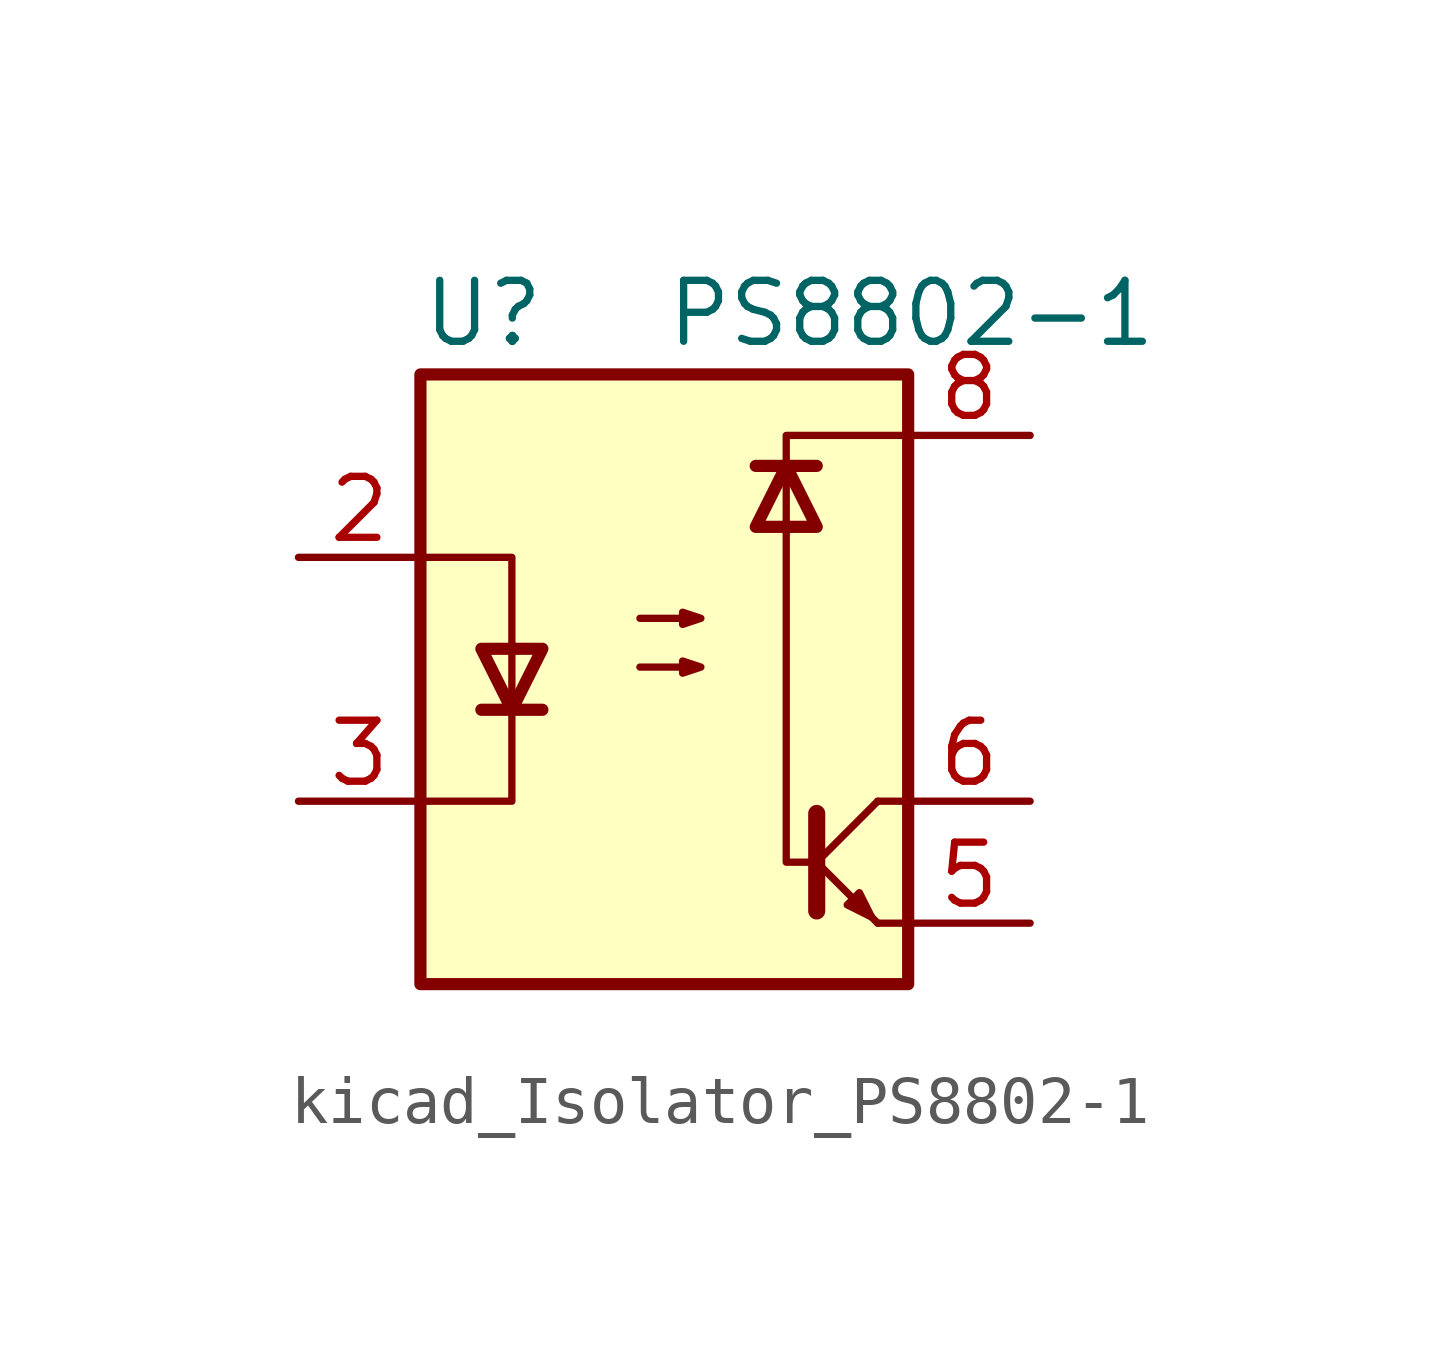
<source format=kicad_sym>
(kicad_symbol_lib
  (version 20220914)
  (generator kicad_symbol_editor)
  (symbol "kicad_Isolator_PS8802-1"
    (pin_names hide)
    (property "Reference" "U"
      (at -5.08 7.62 0)
      (effects (font (size 1.27 1.27)) (justify left)))
    (property "Value" "PS8802-1"
      (at 0 7.62 0)
      (effects (font (size 1.27 1.27)) (justify left)))
    (symbol "kicad_Isolator_PS8802-1_0_1"
      (rectangle (start -5.08 6.35) (end 5.08 -6.35) (stroke (width 0.254) (type default)) (fill (type background)))
      (polyline (pts (xy -3.81 -0.635) (xy -2.54 -0.635)) (stroke (width 0.254) (type default)) (fill (type none)))
      (polyline (pts (xy 1.905 4.445) (xy 3.175 4.445)) (stroke (width 0.254) (type default)) (fill (type none)))
      (polyline (pts (xy 3.175 -2.794) (xy 3.175 -4.826)) (stroke (width 0.356) (type default)) (fill (type none)))
      (polyline (pts (xy 3.302 -3.937) (xy 4.445 -5.08)) (stroke (width 0) (type default)) (fill (type none)))
      (polyline (pts (xy 3.302 -3.683) (xy 4.445 -2.54)) (stroke (width 0) (type default)) (fill (type none)))
      (polyline (pts (xy 5.08 -5.08) (xy 4.445 -5.08)) (stroke (width 0) (type default)) (fill (type none)))
      (polyline (pts (xy 5.08 -2.54) (xy 4.445 -2.54)) (stroke (width 0) (type default)) (fill (type none)))
      (polyline (pts (xy -5.08 2.54) (xy -3.175 2.54) (xy -3.175 -2.54) (xy -5.08 -2.54)) (stroke (width 0) (type default)) (fill (type none)))
      (polyline (pts (xy -3.175 -0.635) (xy -3.81 0.635) (xy -2.54 0.635) (xy -3.175 -0.635)) (stroke (width 0.254) (type default)) (fill (type none)))
      (polyline (pts (xy 2.54 4.445) (xy 1.905 3.175) (xy 3.175 3.175) (xy 2.54 4.445)) (stroke (width 0.254) (type default)) (fill (type none)))
      (polyline (pts (xy 4.318 -4.953) (xy 4.064 -4.445) (xy 3.81 -4.699) (xy 4.318 -4.953)) (stroke (width 0) (type default)) (fill (type none)))
      (polyline (pts (xy -0.508 0.254) (xy 0.762 0.254) (xy 0.381 0.127) (xy 0.381 0.381) (xy 0.762 0.254)) (stroke (width 0) (type default)) (fill (type none)))
      (polyline (pts (xy -0.508 1.27) (xy 0.762 1.27) (xy 0.381 1.143) (xy 0.381 1.397) (xy 0.762 1.27)) (stroke (width 0) (type default)) (fill (type none)))
      (polyline (pts (xy 5.08 5.08) (xy 2.54 5.08) (xy 2.54 1.905) (xy 2.54 -3.81) (xy 3.175 -3.81)) (stroke (width 0) (type default)) (fill (type none))))
    (symbol "kicad_Isolator_PS8802-1_1_1"
      (pin no_connect line (at -5.08 5.08 0) (length 2.54) hide (name "NC" (effects (font (size 1.27 1.27)))) (number "1" (effects (font (size 1.27 1.27)))))
      (pin passive line (at -7.62 2.54 0) (length 2.54) (name "A" (effects (font (size 1.27 1.27)))) (number "2" (effects (font (size 1.27 1.27)))))
      (pin passive line (at -7.62 -2.54 0) (length 2.54) (name "C" (effects (font (size 1.27 1.27)))) (number "3" (effects (font (size 1.27 1.27)))))
      (pin no_connect line (at -5.08 -5.08 0) (length 2.54) hide (name "NC" (effects (font (size 1.27 1.27)))) (number "4" (effects (font (size 1.27 1.27)))))
      (pin passive line (at 7.62 -5.08 180) (length 2.54) (name "GND" (effects (font (size 1.27 1.27)))) (number "5" (effects (font (size 1.27 1.27)))))
      (pin passive line (at 7.62 -2.54 180) (length 2.54) (name "VO" (effects (font (size 1.27 1.27)))) (number "6" (effects (font (size 1.27 1.27)))))
      (pin no_connect line (at 5.08 2.54 180) (length 2.54) hide (name "NC" (effects (font (size 1.27 1.27)))) (number "7" (effects (font (size 1.27 1.27)))))
      (pin passive line (at 7.62 5.08 180) (length 2.54) (name "VCC" (effects (font (size 1.27 1.27)))) (number "8" (effects (font (size 1.27 1.27))))))))
</source>
